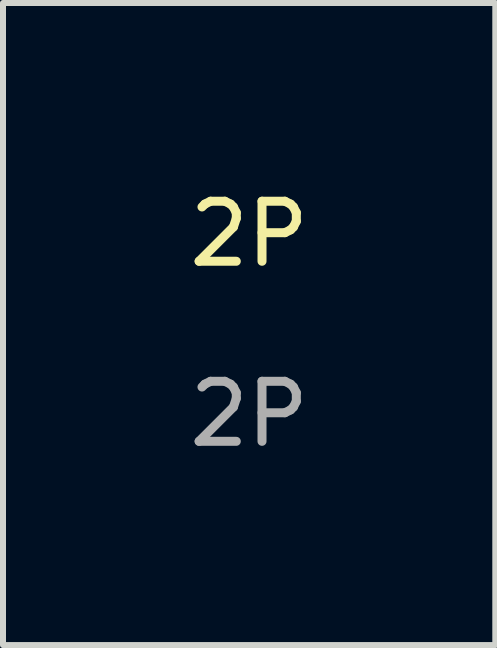
<source format=kicad_pcb>
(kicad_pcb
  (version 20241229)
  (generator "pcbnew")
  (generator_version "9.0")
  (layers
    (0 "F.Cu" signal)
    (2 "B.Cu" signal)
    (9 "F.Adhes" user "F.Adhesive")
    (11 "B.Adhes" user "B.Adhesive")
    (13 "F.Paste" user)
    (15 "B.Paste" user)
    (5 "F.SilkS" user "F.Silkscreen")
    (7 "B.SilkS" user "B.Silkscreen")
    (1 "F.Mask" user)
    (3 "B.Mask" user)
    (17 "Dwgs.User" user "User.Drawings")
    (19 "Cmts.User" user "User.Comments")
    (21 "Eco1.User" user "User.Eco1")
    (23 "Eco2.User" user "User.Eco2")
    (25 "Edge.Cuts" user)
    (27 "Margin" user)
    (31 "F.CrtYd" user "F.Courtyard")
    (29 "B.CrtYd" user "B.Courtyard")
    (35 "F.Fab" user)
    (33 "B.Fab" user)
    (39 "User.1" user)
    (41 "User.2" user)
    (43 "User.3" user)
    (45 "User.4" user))
  (footprint "2P"
    (layer "F.Cu")
    (at 1.101 1.348)
    (property "Reference" "2P" (at 0 -0.5 0) (unlocked yes) (layer "F.SilkS") (effects (font (size 1 1) (thickness 0.15))))
    (attr through_hole)
    (fp_text user "${REFERENCE}" (at 0 2.5 0) (unlocked yes) (layer "F.Fab") (effects (font (size 1 1) (thickness 0.15)))))
  (gr_rect
    (start -3 -3)
    (end 5.202 7.697)
    (stroke (width 0.1) (type default))
    (fill no)
    (layer "Edge.Cuts")))
</source>
